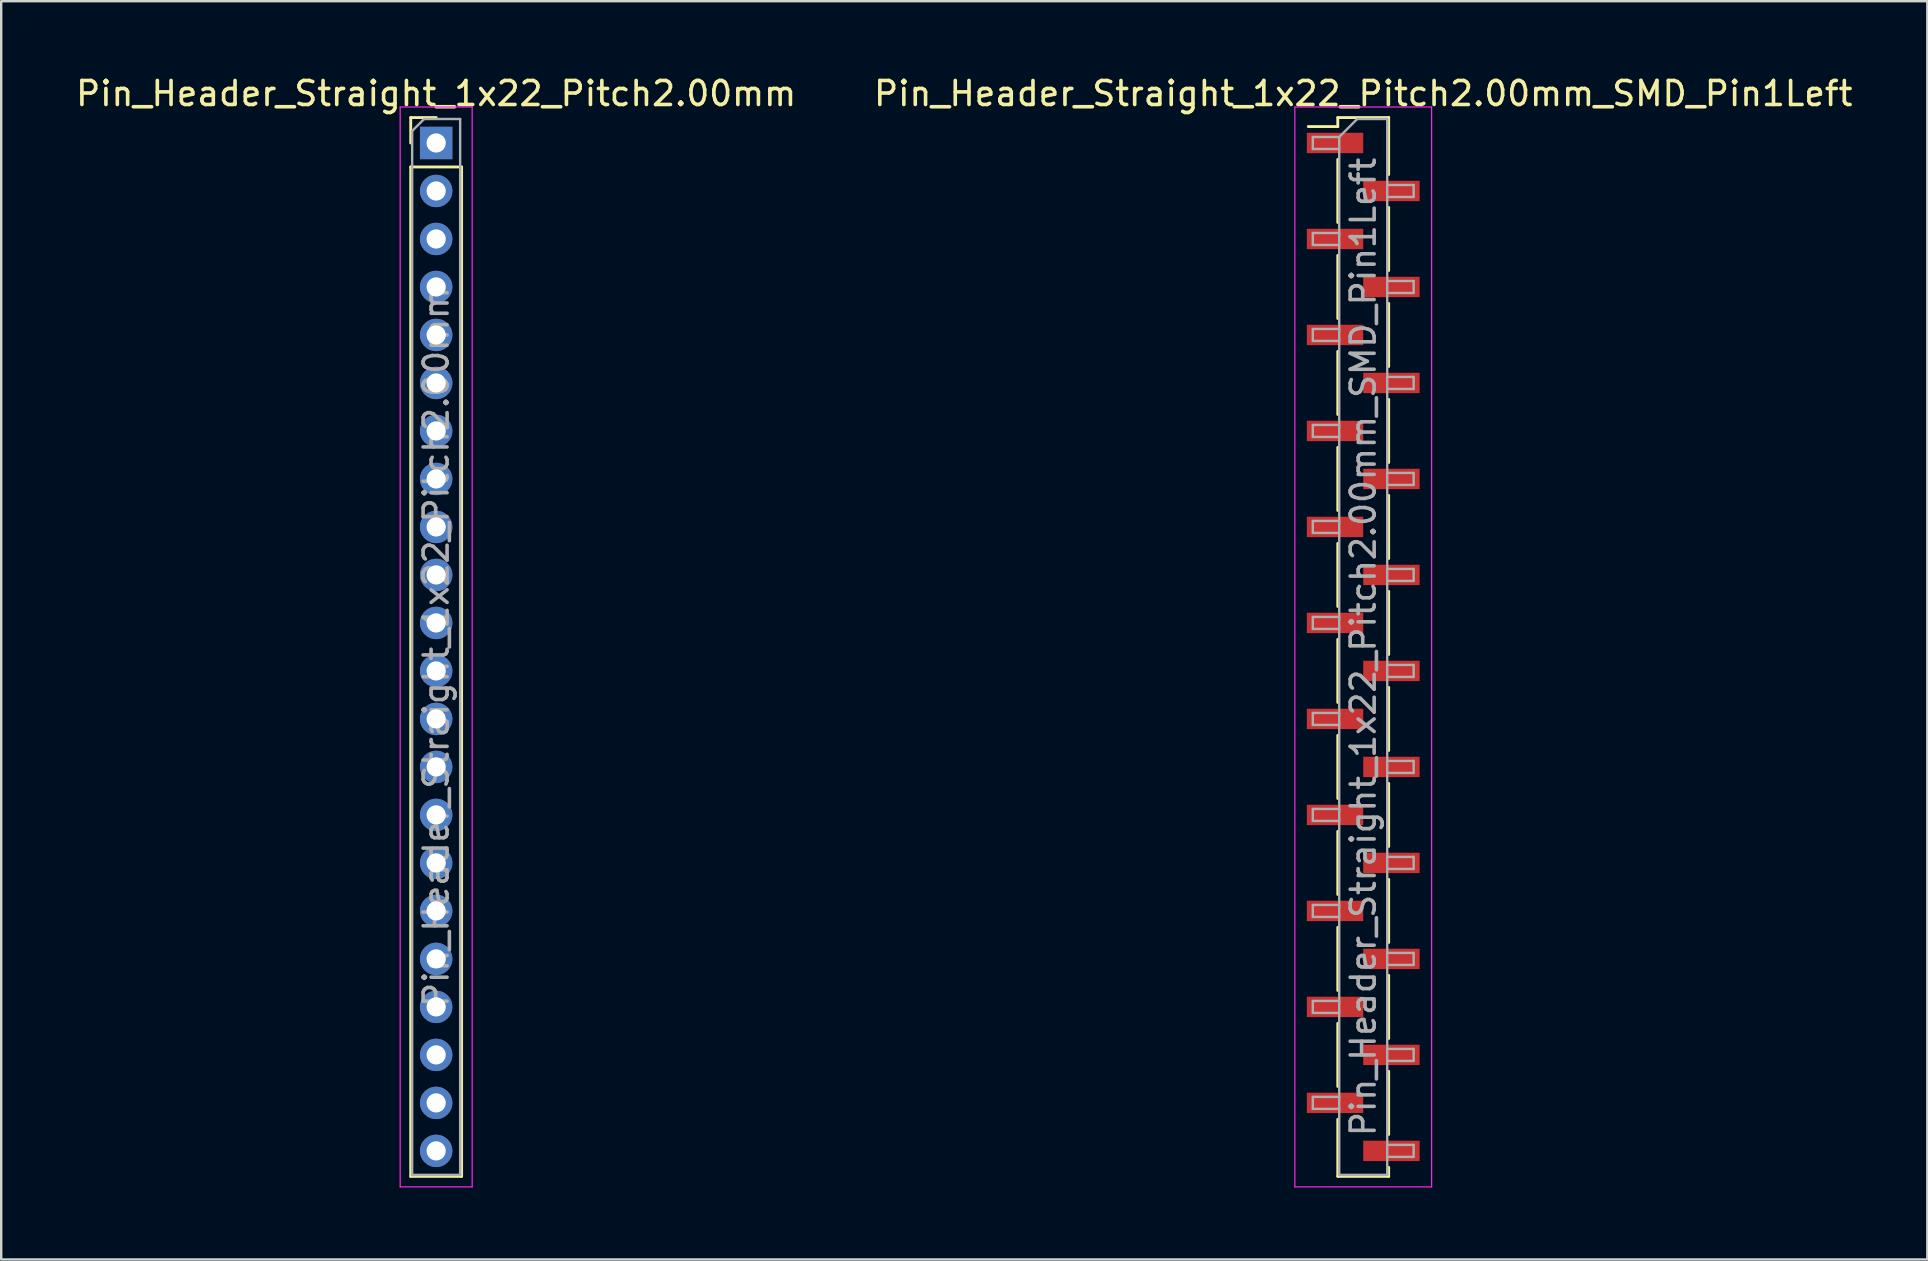
<source format=kicad_pcb>
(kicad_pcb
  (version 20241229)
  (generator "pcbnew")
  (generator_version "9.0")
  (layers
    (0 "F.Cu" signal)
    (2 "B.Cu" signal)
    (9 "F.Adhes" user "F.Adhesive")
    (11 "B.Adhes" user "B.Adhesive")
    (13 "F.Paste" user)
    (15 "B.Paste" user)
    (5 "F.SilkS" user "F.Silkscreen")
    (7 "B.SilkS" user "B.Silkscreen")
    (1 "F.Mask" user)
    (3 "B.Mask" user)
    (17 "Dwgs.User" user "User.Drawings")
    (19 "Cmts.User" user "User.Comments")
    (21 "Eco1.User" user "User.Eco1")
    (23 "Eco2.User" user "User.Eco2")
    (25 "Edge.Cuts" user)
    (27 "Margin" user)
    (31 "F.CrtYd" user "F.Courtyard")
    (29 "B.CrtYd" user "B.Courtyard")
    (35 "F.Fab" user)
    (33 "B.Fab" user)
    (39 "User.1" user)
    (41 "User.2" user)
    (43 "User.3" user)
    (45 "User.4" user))
  (footprint "Pin_Header_Straight_1x22_Pitch2.00mm"
    (layer "F.Cu")
    (at 15.125 2.908)
    (property "Reference" "Pin_Header_Straight_1x22_Pitch2.00mm" (at 0 -2.06 0) (layer "F.SilkS") (effects (font (size 1 1) (thickness 0.15))))
    (attr through_hole)
    (fp_line (start -1.06 -1.06) (end 0 -1.06) (stroke (width 0.12) (type solid)) (layer "F.SilkS"))
    (fp_line (start -1.06 0) (end -1.06 -1.06) (stroke (width 0.12) (type solid)) (layer "F.SilkS"))
    (fp_line (start -1.06 1) (end -1.06 43.06) (stroke (width 0.12) (type solid)) (layer "F.SilkS"))
    (fp_line (start -1.06 1) (end 1.06 1) (stroke (width 0.12) (type solid)) (layer "F.SilkS"))
    (fp_line (start -1.06 43.06) (end 1.06 43.06) (stroke (width 0.12) (type solid)) (layer "F.SilkS"))
    (fp_line (start 1.06 1) (end 1.06 43.06) (stroke (width 0.12) (type solid)) (layer "F.SilkS"))
    (fp_line (start -1.5 -1.5) (end -1.5 43.5) (stroke (width 0.05) (type solid)) (layer "F.CrtYd"))
    (fp_line (start -1.5 43.5) (end 1.5 43.5) (stroke (width 0.05) (type solid)) (layer "F.CrtYd"))
    (fp_line (start 1.5 -1.5) (end -1.5 -1.5) (stroke (width 0.05) (type solid)) (layer "F.CrtYd"))
    (fp_line (start 1.5 43.5) (end 1.5 -1.5) (stroke (width 0.05) (type solid)) (layer "F.CrtYd"))
    (fp_line (start -1 -0.5) (end -0.5 -1) (stroke (width 0.1) (type solid)) (layer "F.Fab"))
    (fp_line (start -1 43) (end -1 -0.5) (stroke (width 0.1) (type solid)) (layer "F.Fab"))
    (fp_line (start -0.5 -1) (end 1 -1) (stroke (width 0.1) (type solid)) (layer "F.Fab"))
    (fp_line (start 1 -1) (end 1 43) (stroke (width 0.1) (type solid)) (layer "F.Fab"))
    (fp_line (start 1 43) (end -1 43) (stroke (width 0.1) (type solid)) (layer "F.Fab"))
    (fp_text user "${REFERENCE}" (at 0 21 90) (layer "F.Fab") (effects (font (size 1 1) (thickness 0.15))))
    (pad "1" thru_hole rect (at 0 0) (size 1.35 1.35) (drill 0.8) (layers "*.Cu" "*.Mask"))
    (pad "2" thru_hole oval (at 0 2) (size 1.35 1.35) (drill 0.8) (layers "*.Cu" "*.Mask"))
    (pad "3" thru_hole oval (at 0 4) (size 1.35 1.35) (drill 0.8) (layers "*.Cu" "*.Mask"))
    (pad "4" thru_hole oval (at 0 6) (size 1.35 1.35) (drill 0.8) (layers "*.Cu" "*.Mask"))
    (pad "5" thru_hole oval (at 0 8) (size 1.35 1.35) (drill 0.8) (layers "*.Cu" "*.Mask"))
    (pad "6" thru_hole oval (at 0 10) (size 1.35 1.35) (drill 0.8) (layers "*.Cu" "*.Mask"))
    (pad "7" thru_hole oval (at 0 12) (size 1.35 1.35) (drill 0.8) (layers "*.Cu" "*.Mask"))
    (pad "8" thru_hole oval (at 0 14) (size 1.35 1.35) (drill 0.8) (layers "*.Cu" "*.Mask"))
    (pad "9" thru_hole oval (at 0 16) (size 1.35 1.35) (drill 0.8) (layers "*.Cu" "*.Mask"))
    (pad "10" thru_hole oval (at 0 18) (size 1.35 1.35) (drill 0.8) (layers "*.Cu" "*.Mask"))
    (pad "11" thru_hole oval (at 0 20) (size 1.35 1.35) (drill 0.8) (layers "*.Cu" "*.Mask"))
    (pad "12" thru_hole oval (at 0 22) (size 1.35 1.35) (drill 0.8) (layers "*.Cu" "*.Mask"))
    (pad "13" thru_hole oval (at 0 24) (size 1.35 1.35) (drill 0.8) (layers "*.Cu" "*.Mask"))
    (pad "14" thru_hole oval (at 0 26) (size 1.35 1.35) (drill 0.8) (layers "*.Cu" "*.Mask"))
    (pad "15" thru_hole oval (at 0 28) (size 1.35 1.35) (drill 0.8) (layers "*.Cu" "*.Mask"))
    (pad "16" thru_hole oval (at 0 30) (size 1.35 1.35) (drill 0.8) (layers "*.Cu" "*.Mask"))
    (pad "17" thru_hole oval (at 0 32) (size 1.35 1.35) (drill 0.8) (layers "*.Cu" "*.Mask"))
    (pad "18" thru_hole oval (at 0 34) (size 1.35 1.35) (drill 0.8) (layers "*.Cu" "*.Mask"))
    (pad "19" thru_hole oval (at 0 36) (size 1.35 1.35) (drill 0.8) (layers "*.Cu" "*.Mask"))
    (pad "20" thru_hole oval (at 0 38) (size 1.35 1.35) (drill 0.8) (layers "*.Cu" "*.Mask"))
    (pad "21" thru_hole oval (at 0 40) (size 1.35 1.35) (drill 0.8) (layers "*.Cu" "*.Mask"))
    (pad "22" thru_hole oval (at 0 42) (size 1.35 1.35) (drill 0.8) (layers "*.Cu" "*.Mask")))
  (footprint "Pin_Header_Straight_1x22_Pitch2.00mm_SMD_Pin1Left"
    (layer "F.Cu")
    (at 53.756 23.908)
    (property "Reference" "Pin_Header_Straight_1x22_Pitch2.00mm_SMD_Pin1Left" (at 0 -23.06 0) (layer "F.SilkS") (effects (font (size 1 1) (thickness 0.15))))
    (attr smd)
    (fp_line (start -1.06 -22.06) (end -1.06 -21.685) (stroke (width 0.12) (type solid)) (layer "F.SilkS"))
    (fp_line (start -1.06 -22.06) (end 1.06 -22.06) (stroke (width 0.12) (type solid)) (layer "F.SilkS"))
    (fp_line (start -1.06 -21.685) (end -2.29 -21.685) (stroke (width 0.12) (type solid)) (layer "F.SilkS"))
    (fp_line (start -1.06 -20.315) (end -1.06 -17.685) (stroke (width 0.12) (type solid)) (layer "F.SilkS"))
    (fp_line (start -1.06 -16.315) (end -1.06 -13.685) (stroke (width 0.12) (type solid)) (layer "F.SilkS"))
    (fp_line (start -1.06 -12.315) (end -1.06 -9.685) (stroke (width 0.12) (type solid)) (layer "F.SilkS"))
    (fp_line (start -1.06 -8.315) (end -1.06 -5.685) (stroke (width 0.12) (type solid)) (layer "F.SilkS"))
    (fp_line (start -1.06 -4.315) (end -1.06 -1.685) (stroke (width 0.12) (type solid)) (layer "F.SilkS"))
    (fp_line (start -1.06 -0.315) (end -1.06 2.315) (stroke (width 0.12) (type solid)) (layer "F.SilkS"))
    (fp_line (start -1.06 3.685) (end -1.06 6.315) (stroke (width 0.12) (type solid)) (layer "F.SilkS"))
    (fp_line (start -1.06 7.685) (end -1.06 10.315) (stroke (width 0.12) (type solid)) (layer "F.SilkS"))
    (fp_line (start -1.06 11.685) (end -1.06 14.315) (stroke (width 0.12) (type solid)) (layer "F.SilkS"))
    (fp_line (start -1.06 15.685) (end -1.06 18.315) (stroke (width 0.12) (type solid)) (layer "F.SilkS"))
    (fp_line (start -1.06 19.685) (end -1.06 22.06) (stroke (width 0.12) (type solid)) (layer "F.SilkS"))
    (fp_line (start -1.06 22.06) (end 1.06 22.06) (stroke (width 0.12) (type solid)) (layer "F.SilkS"))
    (fp_line (start 1.06 -22.06) (end 1.06 -19.685) (stroke (width 0.12) (type solid)) (layer "F.SilkS"))
    (fp_line (start 1.06 -18.315) (end 1.06 -15.685) (stroke (width 0.12) (type solid)) (layer "F.SilkS"))
    (fp_line (start 1.06 -14.315) (end 1.06 -11.685) (stroke (width 0.12) (type solid)) (layer "F.SilkS"))
    (fp_line (start 1.06 -10.315) (end 1.06 -7.685) (stroke (width 0.12) (type solid)) (layer "F.SilkS"))
    (fp_line (start 1.06 -6.315) (end 1.06 -3.685) (stroke (width 0.12) (type solid)) (layer "F.SilkS"))
    (fp_line (start 1.06 -2.315) (end 1.06 0.315) (stroke (width 0.12) (type solid)) (layer "F.SilkS"))
    (fp_line (start 1.06 1.685) (end 1.06 4.315) (stroke (width 0.12) (type solid)) (layer "F.SilkS"))
    (fp_line (start 1.06 5.685) (end 1.06 8.315) (stroke (width 0.12) (type solid)) (layer "F.SilkS"))
    (fp_line (start 1.06 9.685) (end 1.06 12.315) (stroke (width 0.12) (type solid)) (layer "F.SilkS"))
    (fp_line (start 1.06 13.685) (end 1.06 16.315) (stroke (width 0.12) (type solid)) (layer "F.SilkS"))
    (fp_line (start 1.06 17.685) (end 1.06 20.315) (stroke (width 0.12) (type solid)) (layer "F.SilkS"))
    (fp_line (start 1.06 21.685) (end 1.06 22.06) (stroke (width 0.12) (type solid)) (layer "F.SilkS"))
    (fp_line (start -2.85 -22.5) (end -2.85 22.5) (stroke (width 0.05) (type solid)) (layer "F.CrtYd"))
    (fp_line (start -2.85 22.5) (end 2.85 22.5) (stroke (width 0.05) (type solid)) (layer "F.CrtYd"))
    (fp_line (start 2.85 -22.5) (end -2.85 -22.5) (stroke (width 0.05) (type solid)) (layer "F.CrtYd"))
    (fp_line (start 2.85 22.5) (end 2.85 -22.5) (stroke (width 0.05) (type solid)) (layer "F.CrtYd"))
    (fp_line (start -2.1 -21.25) (end -2.1 -20.75) (stroke (width 0.1) (type solid)) (layer "F.Fab"))
    (fp_line (start -2.1 -20.75) (end -1 -20.75) (stroke (width 0.1) (type solid)) (layer "F.Fab"))
    (fp_line (start -2.1 -17.25) (end -2.1 -16.75) (stroke (width 0.1) (type solid)) (layer "F.Fab"))
    (fp_line (start -2.1 -16.75) (end -1 -16.75) (stroke (width 0.1) (type solid)) (layer "F.Fab"))
    (fp_line (start -2.1 -13.25) (end -2.1 -12.75) (stroke (width 0.1) (type solid)) (layer "F.Fab"))
    (fp_line (start -2.1 -12.75) (end -1 -12.75) (stroke (width 0.1) (type solid)) (layer "F.Fab"))
    (fp_line (start -2.1 -9.25) (end -2.1 -8.75) (stroke (width 0.1) (type solid)) (layer "F.Fab"))
    (fp_line (start -2.1 -8.75) (end -1 -8.75) (stroke (width 0.1) (type solid)) (layer "F.Fab"))
    (fp_line (start -2.1 -5.25) (end -2.1 -4.75) (stroke (width 0.1) (type solid)) (layer "F.Fab"))
    (fp_line (start -2.1 -4.75) (end -1 -4.75) (stroke (width 0.1) (type solid)) (layer "F.Fab"))
    (fp_line (start -2.1 -1.25) (end -2.1 -0.75) (stroke (width 0.1) (type solid)) (layer "F.Fab"))
    (fp_line (start -2.1 -0.75) (end -1 -0.75) (stroke (width 0.1) (type solid)) (layer "F.Fab"))
    (fp_line (start -2.1 2.75) (end -2.1 3.25) (stroke (width 0.1) (type solid)) (layer "F.Fab"))
    (fp_line (start -2.1 3.25) (end -1 3.25) (stroke (width 0.1) (type solid)) (layer "F.Fab"))
    (fp_line (start -2.1 6.75) (end -2.1 7.25) (stroke (width 0.1) (type solid)) (layer "F.Fab"))
    (fp_line (start -2.1 7.25) (end -1 7.25) (stroke (width 0.1) (type solid)) (layer "F.Fab"))
    (fp_line (start -2.1 10.75) (end -2.1 11.25) (stroke (width 0.1) (type solid)) (layer "F.Fab"))
    (fp_line (start -2.1 11.25) (end -1 11.25) (stroke (width 0.1) (type solid)) (layer "F.Fab"))
    (fp_line (start -2.1 14.75) (end -2.1 15.25) (stroke (width 0.1) (type solid)) (layer "F.Fab"))
    (fp_line (start -2.1 15.25) (end -1 15.25) (stroke (width 0.1) (type solid)) (layer "F.Fab"))
    (fp_line (start -2.1 18.75) (end -2.1 19.25) (stroke (width 0.1) (type solid)) (layer "F.Fab"))
    (fp_line (start -2.1 19.25) (end -1 19.25) (stroke (width 0.1) (type solid)) (layer "F.Fab"))
    (fp_line (start -1 -21.25) (end -2.1 -21.25) (stroke (width 0.1) (type solid)) (layer "F.Fab"))
    (fp_line (start -1 -21.25) (end -0.25 -22) (stroke (width 0.1) (type solid)) (layer "F.Fab"))
    (fp_line (start -1 -17.25) (end -2.1 -17.25) (stroke (width 0.1) (type solid)) (layer "F.Fab"))
    (fp_line (start -1 -13.25) (end -2.1 -13.25) (stroke (width 0.1) (type solid)) (layer "F.Fab"))
    (fp_line (start -1 -9.25) (end -2.1 -9.25) (stroke (width 0.1) (type solid)) (layer "F.Fab"))
    (fp_line (start -1 -5.25) (end -2.1 -5.25) (stroke (width 0.1) (type solid)) (layer "F.Fab"))
    (fp_line (start -1 -1.25) (end -2.1 -1.25) (stroke (width 0.1) (type solid)) (layer "F.Fab"))
    (fp_line (start -1 2.75) (end -2.1 2.75) (stroke (width 0.1) (type solid)) (layer "F.Fab"))
    (fp_line (start -1 6.75) (end -2.1 6.75) (stroke (width 0.1) (type solid)) (layer "F.Fab"))
    (fp_line (start -1 10.75) (end -2.1 10.75) (stroke (width 0.1) (type solid)) (layer "F.Fab"))
    (fp_line (start -1 14.75) (end -2.1 14.75) (stroke (width 0.1) (type solid)) (layer "F.Fab"))
    (fp_line (start -1 18.75) (end -2.1 18.75) (stroke (width 0.1) (type solid)) (layer "F.Fab"))
    (fp_line (start -1 22) (end -1 -21.25) (stroke (width 0.1) (type solid)) (layer "F.Fab"))
    (fp_line (start -0.25 -22) (end 1 -22) (stroke (width 0.1) (type solid)) (layer "F.Fab"))
    (fp_line (start 1 -22) (end 1 22) (stroke (width 0.1) (type solid)) (layer "F.Fab"))
    (fp_line (start 1 -19.25) (end 2.1 -19.25) (stroke (width 0.1) (type solid)) (layer "F.Fab"))
    (fp_line (start 1 -15.25) (end 2.1 -15.25) (stroke (width 0.1) (type solid)) (layer "F.Fab"))
    (fp_line (start 1 -11.25) (end 2.1 -11.25) (stroke (width 0.1) (type solid)) (layer "F.Fab"))
    (fp_line (start 1 -7.25) (end 2.1 -7.25) (stroke (width 0.1) (type solid)) (layer "F.Fab"))
    (fp_line (start 1 -3.25) (end 2.1 -3.25) (stroke (width 0.1) (type solid)) (layer "F.Fab"))
    (fp_line (start 1 0.75) (end 2.1 0.75) (stroke (width 0.1) (type solid)) (layer "F.Fab"))
    (fp_line (start 1 4.75) (end 2.1 4.75) (stroke (width 0.1) (type solid)) (layer "F.Fab"))
    (fp_line (start 1 8.75) (end 2.1 8.75) (stroke (width 0.1) (type solid)) (layer "F.Fab"))
    (fp_line (start 1 12.75) (end 2.1 12.75) (stroke (width 0.1) (type solid)) (layer "F.Fab"))
    (fp_line (start 1 16.75) (end 2.1 16.75) (stroke (width 0.1) (type solid)) (layer "F.Fab"))
    (fp_line (start 1 20.75) (end 2.1 20.75) (stroke (width 0.1) (type solid)) (layer "F.Fab"))
    (fp_line (start 1 22) (end -1 22) (stroke (width 0.1) (type solid)) (layer "F.Fab"))
    (fp_line (start 2.1 -19.25) (end 2.1 -18.75) (stroke (width 0.1) (type solid)) (layer "F.Fab"))
    (fp_line (start 2.1 -18.75) (end 1 -18.75) (stroke (width 0.1) (type solid)) (layer "F.Fab"))
    (fp_line (start 2.1 -15.25) (end 2.1 -14.75) (stroke (width 0.1) (type solid)) (layer "F.Fab"))
    (fp_line (start 2.1 -14.75) (end 1 -14.75) (stroke (width 0.1) (type solid)) (layer "F.Fab"))
    (fp_line (start 2.1 -11.25) (end 2.1 -10.75) (stroke (width 0.1) (type solid)) (layer "F.Fab"))
    (fp_line (start 2.1 -10.75) (end 1 -10.75) (stroke (width 0.1) (type solid)) (layer "F.Fab"))
    (fp_line (start 2.1 -7.25) (end 2.1 -6.75) (stroke (width 0.1) (type solid)) (layer "F.Fab"))
    (fp_line (start 2.1 -6.75) (end 1 -6.75) (stroke (width 0.1) (type solid)) (layer "F.Fab"))
    (fp_line (start 2.1 -3.25) (end 2.1 -2.75) (stroke (width 0.1) (type solid)) (layer "F.Fab"))
    (fp_line (start 2.1 -2.75) (end 1 -2.75) (stroke (width 0.1) (type solid)) (layer "F.Fab"))
    (fp_line (start 2.1 0.75) (end 2.1 1.25) (stroke (width 0.1) (type solid)) (layer "F.Fab"))
    (fp_line (start 2.1 1.25) (end 1 1.25) (stroke (width 0.1) (type solid)) (layer "F.Fab"))
    (fp_line (start 2.1 4.75) (end 2.1 5.25) (stroke (width 0.1) (type solid)) (layer "F.Fab"))
    (fp_line (start 2.1 5.25) (end 1 5.25) (stroke (width 0.1) (type solid)) (layer "F.Fab"))
    (fp_line (start 2.1 8.75) (end 2.1 9.25) (stroke (width 0.1) (type solid)) (layer "F.Fab"))
    (fp_line (start 2.1 9.25) (end 1 9.25) (stroke (width 0.1) (type solid)) (layer "F.Fab"))
    (fp_line (start 2.1 12.75) (end 2.1 13.25) (stroke (width 0.1) (type solid)) (layer "F.Fab"))
    (fp_line (start 2.1 13.25) (end 1 13.25) (stroke (width 0.1) (type solid)) (layer "F.Fab"))
    (fp_line (start 2.1 16.75) (end 2.1 17.25) (stroke (width 0.1) (type solid)) (layer "F.Fab"))
    (fp_line (start 2.1 17.25) (end 1 17.25) (stroke (width 0.1) (type solid)) (layer "F.Fab"))
    (fp_line (start 2.1 20.75) (end 2.1 21.25) (stroke (width 0.1) (type solid)) (layer "F.Fab"))
    (fp_line (start 2.1 21.25) (end 1 21.25) (stroke (width 0.1) (type solid)) (layer "F.Fab"))
    (fp_text user "${REFERENCE}" (at 0 0 90) (layer "F.Fab") (effects (font (size 1 1) (thickness 0.15))))
    (pad "1" smd rect (at -1.175 -21) (size 2.35 0.85) (layers "F.Cu" "F.Mask" "F.Paste"))
    (pad "2" smd rect (at 1.175 -19) (size 2.35 0.85) (layers "F.Cu" "F.Mask" "F.Paste"))
    (pad "3" smd rect (at -1.175 -17) (size 2.35 0.85) (layers "F.Cu" "F.Mask" "F.Paste"))
    (pad "4" smd rect (at 1.175 -15) (size 2.35 0.85) (layers "F.Cu" "F.Mask" "F.Paste"))
    (pad "5" smd rect (at -1.175 -13) (size 2.35 0.85) (layers "F.Cu" "F.Mask" "F.Paste"))
    (pad "6" smd rect (at 1.175 -11) (size 2.35 0.85) (layers "F.Cu" "F.Mask" "F.Paste"))
    (pad "7" smd rect (at -1.175 -9) (size 2.35 0.85) (layers "F.Cu" "F.Mask" "F.Paste"))
    (pad "8" smd rect (at 1.175 -7) (size 2.35 0.85) (layers "F.Cu" "F.Mask" "F.Paste"))
    (pad "9" smd rect (at -1.175 -5) (size 2.35 0.85) (layers "F.Cu" "F.Mask" "F.Paste"))
    (pad "10" smd rect (at 1.175 -3) (size 2.35 0.85) (layers "F.Cu" "F.Mask" "F.Paste"))
    (pad "11" smd rect (at -1.175 -1) (size 2.35 0.85) (layers "F.Cu" "F.Mask" "F.Paste"))
    (pad "12" smd rect (at 1.175 1) (size 2.35 0.85) (layers "F.Cu" "F.Mask" "F.Paste"))
    (pad "13" smd rect (at -1.175 3) (size 2.35 0.85) (layers "F.Cu" "F.Mask" "F.Paste"))
    (pad "14" smd rect (at 1.175 5) (size 2.35 0.85) (layers "F.Cu" "F.Mask" "F.Paste"))
    (pad "15" smd rect (at -1.175 7) (size 2.35 0.85) (layers "F.Cu" "F.Mask" "F.Paste"))
    (pad "16" smd rect (at 1.175 9) (size 2.35 0.85) (layers "F.Cu" "F.Mask" "F.Paste"))
    (pad "17" smd rect (at -1.175 11) (size 2.35 0.85) (layers "F.Cu" "F.Mask" "F.Paste"))
    (pad "18" smd rect (at 1.175 13) (size 2.35 0.85) (layers "F.Cu" "F.Mask" "F.Paste"))
    (pad "19" smd rect (at -1.175 15) (size 2.35 0.85) (layers "F.Cu" "F.Mask" "F.Paste"))
    (pad "20" smd rect (at 1.175 17) (size 2.35 0.85) (layers "F.Cu" "F.Mask" "F.Paste"))
    (pad "21" smd rect (at -1.175 19) (size 2.35 0.85) (layers "F.Cu" "F.Mask" "F.Paste"))
    (pad "22" smd rect (at 1.175 21) (size 2.35 0.85) (layers "F.Cu" "F.Mask" "F.Paste")))
  (gr_rect
    (start -3 -3)
    (end 77.262 49.433)
    (stroke (width 0.1) (type default))
    (fill no)
    (layer "Edge.Cuts")))
</source>
